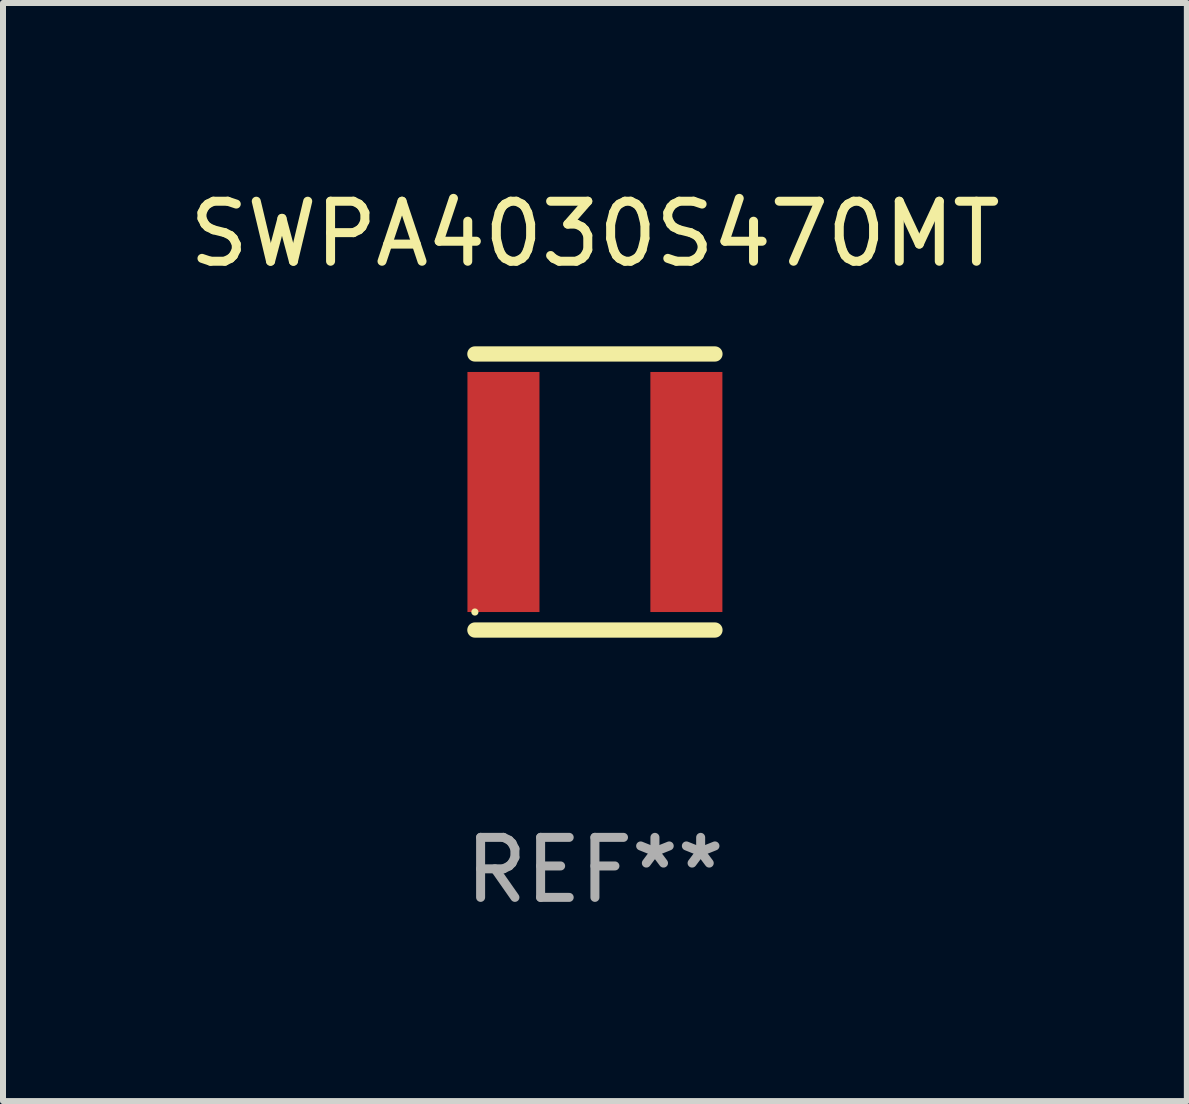
<source format=kicad_pcb>
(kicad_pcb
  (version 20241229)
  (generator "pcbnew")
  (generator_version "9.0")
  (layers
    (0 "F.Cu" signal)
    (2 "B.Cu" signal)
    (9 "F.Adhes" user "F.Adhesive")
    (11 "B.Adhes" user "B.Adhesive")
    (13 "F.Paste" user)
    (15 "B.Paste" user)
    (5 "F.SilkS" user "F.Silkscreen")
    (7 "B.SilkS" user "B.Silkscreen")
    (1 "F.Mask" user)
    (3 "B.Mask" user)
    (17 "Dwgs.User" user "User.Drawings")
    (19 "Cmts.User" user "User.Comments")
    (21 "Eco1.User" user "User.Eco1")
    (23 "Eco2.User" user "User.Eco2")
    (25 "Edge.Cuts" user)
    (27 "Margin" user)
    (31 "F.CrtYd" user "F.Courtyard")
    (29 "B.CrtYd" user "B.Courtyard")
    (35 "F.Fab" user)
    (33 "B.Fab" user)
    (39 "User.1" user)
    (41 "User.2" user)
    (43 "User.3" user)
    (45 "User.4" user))
  (footprint "SWPA4030S470MT"
    (layer "F.Cu")
    (at 6.863 5.148)
    (property "Reference" "SWPA4030S470MT" (at 0 -4.3 0) (layer "F.SilkS") (effects (font (size 1 1) (thickness 0.15))))
    (attr through_hole)
    (fp_line (start -2 -2.3) (end 2 -2.3) (stroke (width 0.254) (type solid)) (layer "F.SilkS"))
    (fp_line (start -2 2.3) (end 2 2.3) (stroke (width 0.254) (type solid)) (layer "F.SilkS"))
    (fp_circle (center -2 2) (end -1.97 2) (stroke (width 0.06) (type solid)) (fill no) (layer "F.SilkS"))
    (fp_text user "REF**" (at 0 6.3 0) (layer "F.Fab") (effects (font (size 1 1) (thickness 0.15))))
    (pad "1" smd rect (at -1.524 0 90) (size 4 1.2) (layers "F.Cu" "F.Mask" "F.Paste"))
    (pad "2" smd rect (at 1.524 0 90) (size 4 1.2) (layers "F.Cu" "F.Mask" "F.Paste")))
  (gr_rect
    (start -3 -3)
    (end 16.726 15.297)
    (stroke (width 0.1) (type default))
    (fill no)
    (layer "Edge.Cuts")))
</source>
